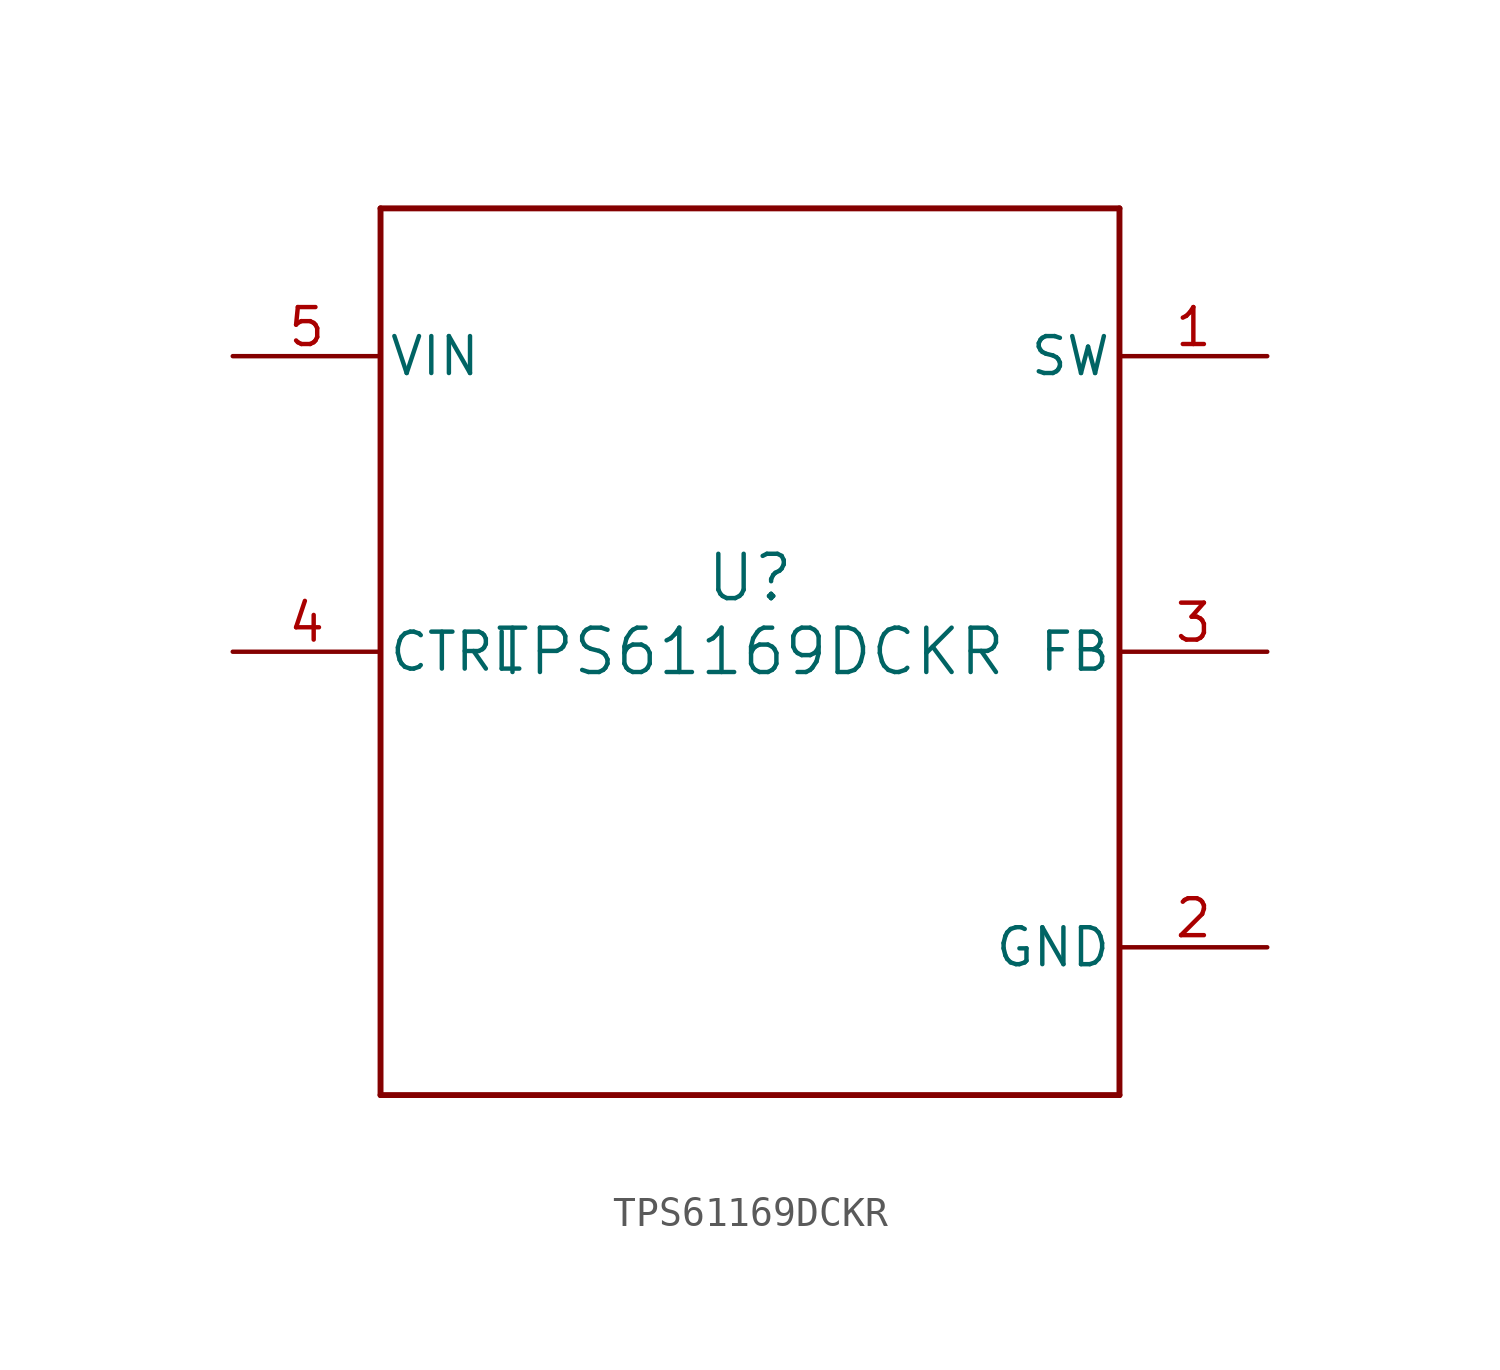
<source format=kicad_sym>
(kicad_symbol_lib
  (version 20211014)
  (generator kicad_symbol_editor)
  (symbol "TPS61169DCKR"
    (pin_names
      (offset 0.254))
    (property "Reference" "U"
      (at 0 2.54 0)
      (effects (font (size 1.524 1.524))))
    (property "Value" "TPS61169DCKR"
      (at 0 0 0)
      (effects (font (size 1.524 1.524))))
    (symbol "TPS61169DCKR_0_1"
      (polyline (pts (xy -12.7 -15.24) (xy 12.7 -15.24)) (stroke (width 0.203) (type default) (color 0 0 0 0)) (fill (type none)))
      (polyline (pts (xy 12.7 -15.24) (xy 12.7 15.24)) (stroke (width 0.203) (type default) (color 0 0 0 0)) (fill (type none)))
      (polyline (pts (xy 12.7 15.24) (xy -12.7 15.24)) (stroke (width 0.203) (type default) (color 0 0 0 0)) (fill (type none)))
      (polyline (pts (xy -12.7 15.24) (xy -12.7 -15.24)) (stroke (width 0.203) (type default) (color 0 0 0 0)) (fill (type none)))
      (pin power_in line (at 17.78 10.16 180) (length 5.08) (name "SW" (effects (font (size 1.27 1.27)))) (number "1" (effects (font (size 1.27 1.27)))))
      (pin power_in line (at 17.78 -10.16 180) (length 5.08) (name "GND" (effects (font (size 1.27 1.27)))) (number "2" (effects (font (size 1.27 1.27)))))
      (pin input line (at 17.78 0 180) (length 5.08) (name "FB" (effects (font (size 1.27 1.27)))) (number "3" (effects (font (size 1.27 1.27)))))
      (pin input line (at -17.78 0 0) (length 5.08) (name "CTRL" (effects (font (size 1.27 1.27)))) (number "4" (effects (font (size 1.27 1.27)))))
      (pin power_in line (at -17.78 10.16 0) (length 5.08) (name "VIN" (effects (font (size 1.27 1.27)))) (number "5" (effects (font (size 1.27 1.27))))))))
</source>
